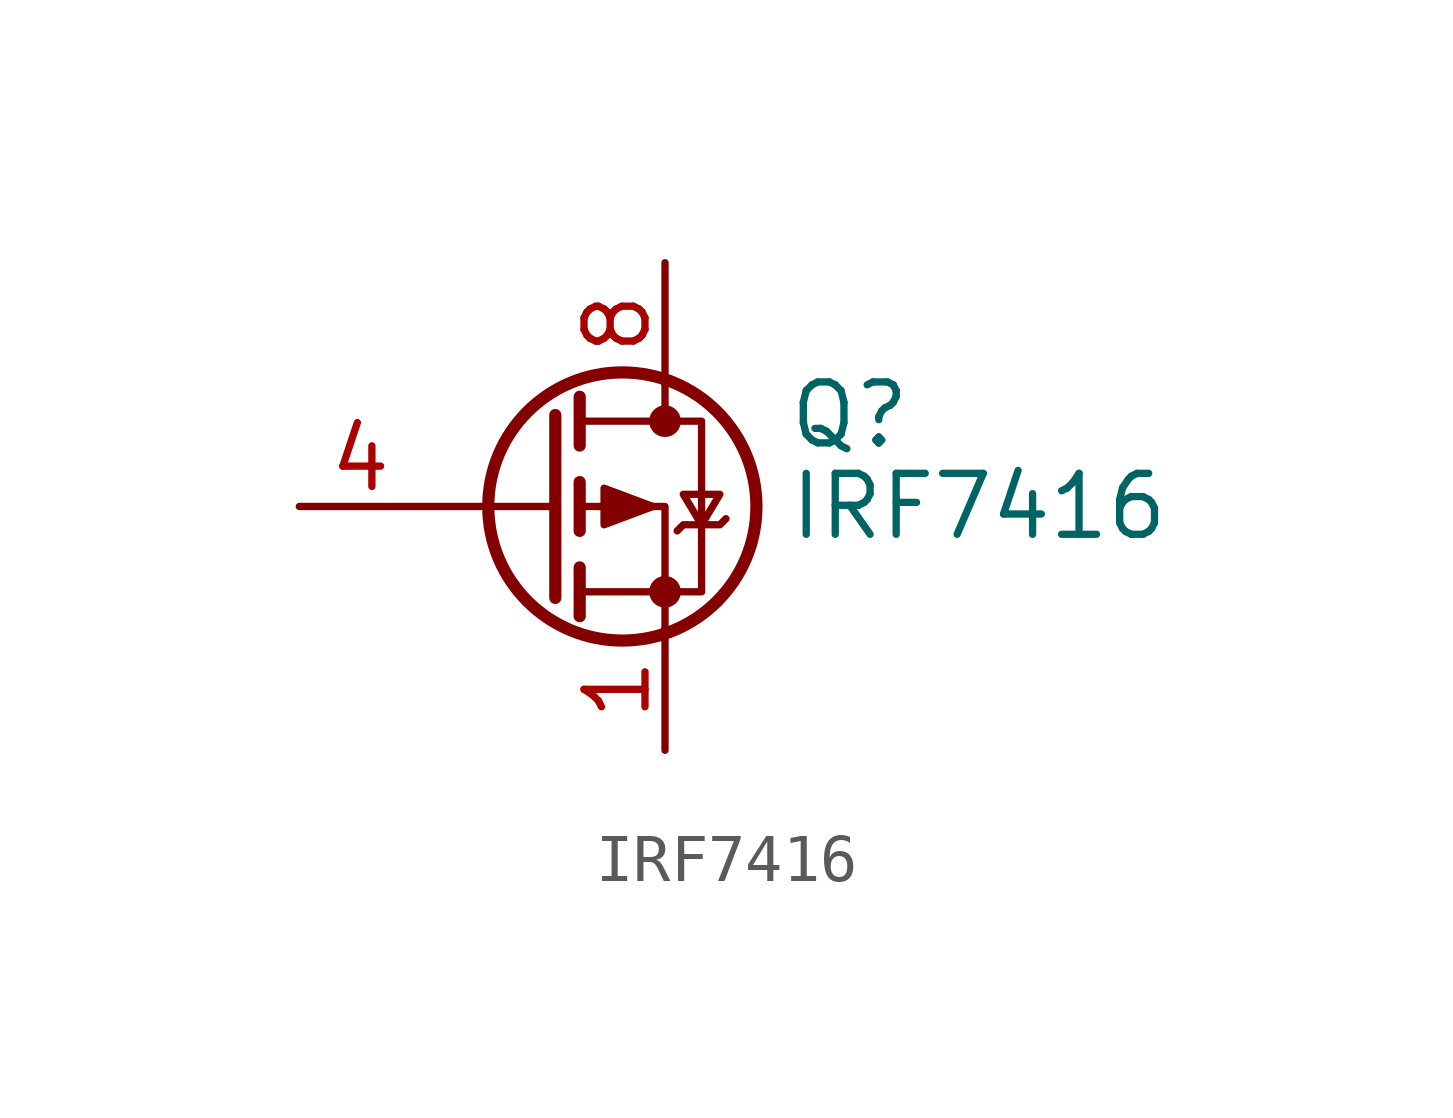
<source format=kicad_sym>
(kicad_symbol_lib
  (version 20231120)
  (generator "kicad_symbol_editor")
  (generator_version "8.0")
  (symbol "IRF7416"
    (pin_names hide)
    (property "Reference" "Q"
      (at 5.08 1.905 0)
      (effects (font (size 1.27 1.27)) (justify left)))
    (property "Value" "IRF7416"
      (at 5.08 0 0)
      (effects (font (size 1.27 1.27)) (justify left)))
    (symbol "IRF7416_0_1"
      (polyline (pts (xy 0.254 0) (xy -2.54 0)) (stroke (width 0) (type default)) (fill (type none)))
      (polyline (pts (xy 0.254 1.905) (xy 0.254 -1.905)) (stroke (width 0.254) (type default)) (fill (type none)))
      (polyline (pts (xy 0.762 -1.27) (xy 0.762 -2.286)) (stroke (width 0.254) (type default)) (fill (type none)))
      (polyline (pts (xy 0.762 0.508) (xy 0.762 -0.508)) (stroke (width 0.254) (type default)) (fill (type none)))
      (polyline (pts (xy 0.762 2.286) (xy 0.762 1.27)) (stroke (width 0.254) (type default)) (fill (type none)))
      (polyline (pts (xy 2.54 2.54) (xy 2.54 1.778)) (stroke (width 0) (type default)) (fill (type none)))
      (polyline (pts (xy 2.54 -2.54) (xy 2.54 0) (xy 0.762 0)) (stroke (width 0) (type default)) (fill (type none)))
      (polyline (pts (xy 0.762 1.778) (xy 3.302 1.778) (xy 3.302 -1.778) (xy 0.762 -1.778)) (stroke (width 0) (type default)) (fill (type none)))
      (polyline (pts (xy 2.286 0) (xy 1.27 0.381) (xy 1.27 -0.381) (xy 2.286 0)) (stroke (width 0) (type default)) (fill (type outline)))
      (polyline (pts (xy 2.794 -0.508) (xy 2.921 -0.381) (xy 3.683 -0.381) (xy 3.81 -0.254)) (stroke (width 0) (type default)) (fill (type none)))
      (polyline (pts (xy 3.302 -0.381) (xy 2.921 0.254) (xy 3.683 0.254) (xy 3.302 -0.381)) (stroke (width 0) (type default)) (fill (type none)))
      (circle (center 1.651 0) (radius 2.794) (stroke (width 0.254) (type default)) (fill (type none)))
      (circle (center 2.54 -1.778) (radius 0.254) (stroke (width 0) (type default)) (fill (type outline)))
      (circle (center 2.54 1.778) (radius 0.254) (stroke (width 0) (type default)) (fill (type outline))))
    (symbol "IRF7416_1_1"
      (pin passive line (at 2.54 -5.08 90) (length 2.54) (name "S" (effects (font (size 1.27 1.27)))) (number "1" (effects (font (size 1.27 1.27)))))
      (pin passive line (at 2.54 -5.08 90) (length 2.54) hide (name "S" (effects (font (size 1.27 1.27)))) (number "2" (effects (font (size 1.27 1.27)))))
      (pin passive line (at 2.54 -5.08 90) (length 2.54) hide (name "S" (effects (font (size 1.27 1.27)))) (number "3" (effects (font (size 1.27 1.27)))))
      (pin passive line (at -5.08 0 0) (length 2.54) (name "G" (effects (font (size 1.27 1.27)))) (number "4" (effects (font (size 1.27 1.27)))))
      (pin passive line (at 2.54 5.08 270) (length 2.54) hide (name "D" (effects (font (size 1.27 1.27)))) (number "5" (effects (font (size 1.27 1.27)))))
      (pin passive line (at 2.54 5.08 270) (length 2.54) hide (name "D" (effects (font (size 1.27 1.27)))) (number "6" (effects (font (size 1.27 1.27)))))
      (pin passive line (at 2.54 5.08 270) (length 2.54) hide (name "D" (effects (font (size 1.27 1.27)))) (number "7" (effects (font (size 1.27 1.27)))))
      (pin passive line (at 2.54 5.08 270) (length 2.54) (name "D" (effects (font (size 1.27 1.27)))) (number "8" (effects (font (size 1.27 1.27))))))))
</source>
